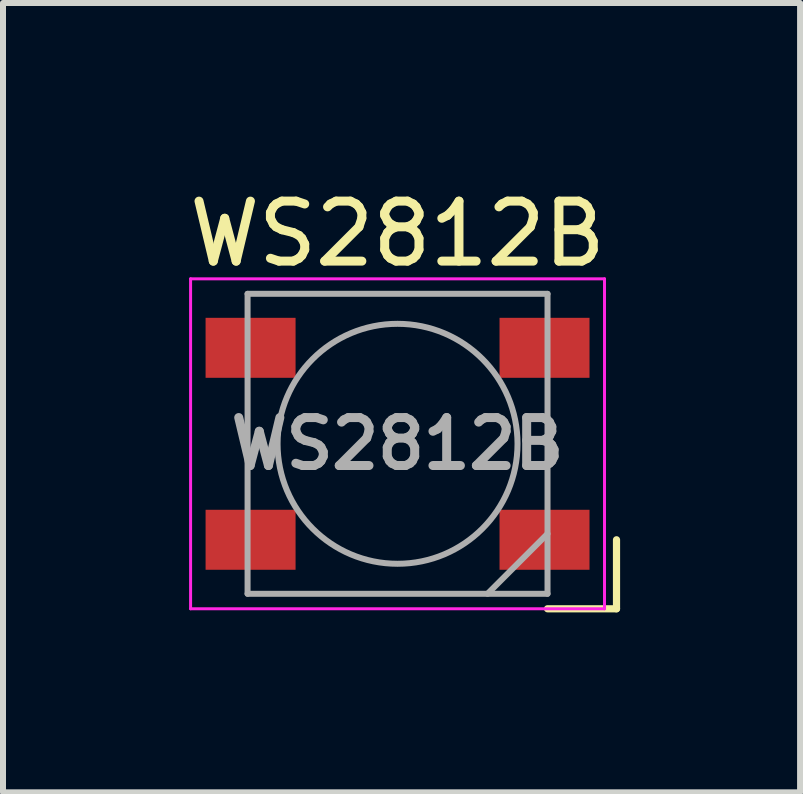
<source format=kicad_pcb>
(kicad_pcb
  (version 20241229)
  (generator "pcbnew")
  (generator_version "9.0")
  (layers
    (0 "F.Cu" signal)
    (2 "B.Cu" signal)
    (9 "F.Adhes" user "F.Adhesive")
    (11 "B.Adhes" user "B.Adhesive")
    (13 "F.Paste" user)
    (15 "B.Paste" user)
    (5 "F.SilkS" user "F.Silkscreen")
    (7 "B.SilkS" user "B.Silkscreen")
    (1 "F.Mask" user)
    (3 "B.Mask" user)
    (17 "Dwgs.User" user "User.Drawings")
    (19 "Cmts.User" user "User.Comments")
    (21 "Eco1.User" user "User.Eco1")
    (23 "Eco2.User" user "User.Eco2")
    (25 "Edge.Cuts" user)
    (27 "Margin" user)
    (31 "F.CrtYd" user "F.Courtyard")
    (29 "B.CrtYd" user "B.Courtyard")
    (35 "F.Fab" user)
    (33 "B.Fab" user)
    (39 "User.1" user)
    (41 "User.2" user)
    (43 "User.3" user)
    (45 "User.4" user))
  (footprint "WS2812B"
    (layer "F.Cu")
    (at 3.577 4.348)
    (property "Reference" "WS2812B" (at 0 -3.5 0) (layer "F.SilkS") (effects (font (size 1 1) (thickness 0.15))))
    (attr smd)
    (fp_line (start 3.65 2.75) (end 2.5 2.75) (stroke (width 0.12) (type solid)) (layer "F.SilkS"))
    (fp_line (start 3.65 2.75) (end 3.65 1.6) (stroke (width 0.12) (type solid)) (layer "F.SilkS"))
    (fp_line (start -3.45 -2.75) (end -3.45 2.75) (stroke (width 0.05) (type solid)) (layer "F.CrtYd"))
    (fp_line (start -3.45 2.75) (end 3.45 2.75) (stroke (width 0.05) (type solid)) (layer "F.CrtYd"))
    (fp_line (start 3.45 -2.75) (end -3.45 -2.75) (stroke (width 0.05) (type solid)) (layer "F.CrtYd"))
    (fp_line (start 3.45 2.75) (end 3.45 -2.75) (stroke (width 0.05) (type solid)) (layer "F.CrtYd"))
    (fp_line (start -2.5 -2.5) (end -2.5 2.5) (stroke (width 0.1) (type solid)) (layer "F.Fab"))
    (fp_line (start -2.5 2.5) (end 2.5 2.5) (stroke (width 0.1) (type solid)) (layer "F.Fab"))
    (fp_line (start 2.5 -2.5) (end -2.5 -2.5) (stroke (width 0.1) (type solid)) (layer "F.Fab"))
    (fp_line (start 2.5 1.5) (end 1.5 2.5) (stroke (width 0.1) (type solid)) (layer "F.Fab"))
    (fp_line (start 2.5 2.5) (end 2.5 -2.5) (stroke (width 0.1) (type solid)) (layer "F.Fab"))
    (fp_circle (center 0 0) (end 0 -2) (stroke (width 0.1) (type solid)) (fill no) (layer "F.Fab"))
    (fp_text user "${REFERENCE}" (at 0 0 0) (layer "F.Fab") (effects (font (size 0.8 0.8) (thickness 0.15))))
    (pad "1" smd rect (at -2.45 -1.6) (size 1.5 1) (layers "F.Cu" "F.Mask" "F.Paste"))
    (pad "2" smd rect (at -2.45 1.6) (size 1.5 1) (layers "F.Cu" "F.Mask" "F.Paste"))
    (pad "3" smd rect (at 2.45 1.6) (size 1.5 1) (layers "F.Cu" "F.Mask" "F.Paste"))
    (pad "4" smd rect (at 2.45 -1.6) (size 1.5 1) (layers "F.Cu" "F.Mask" "F.Paste")))
  (gr_rect
    (start -3 -3)
    (end 10.287 10.158)
    (stroke (width 0.1) (type default))
    (fill no)
    (layer "Edge.Cuts")))
</source>
